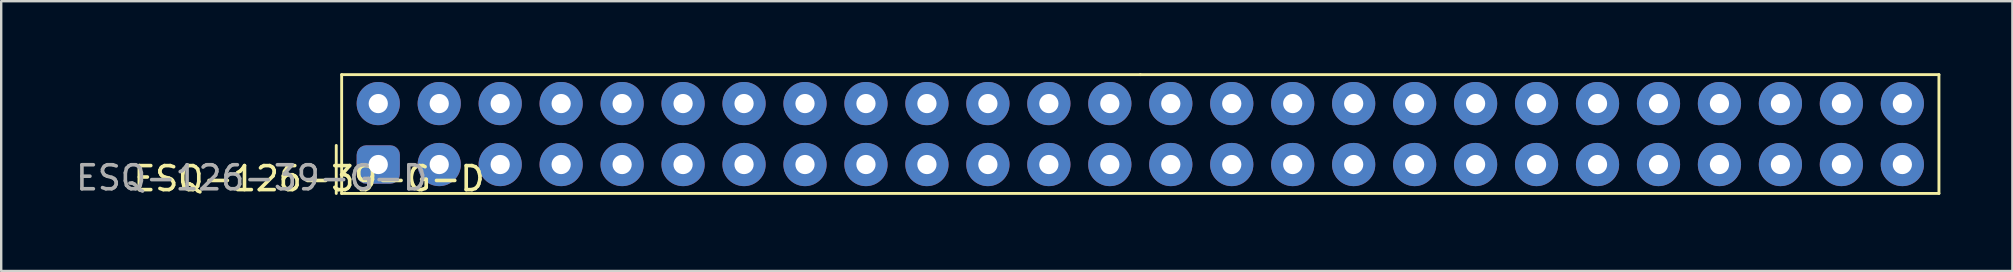
<source format=kicad_pcb>
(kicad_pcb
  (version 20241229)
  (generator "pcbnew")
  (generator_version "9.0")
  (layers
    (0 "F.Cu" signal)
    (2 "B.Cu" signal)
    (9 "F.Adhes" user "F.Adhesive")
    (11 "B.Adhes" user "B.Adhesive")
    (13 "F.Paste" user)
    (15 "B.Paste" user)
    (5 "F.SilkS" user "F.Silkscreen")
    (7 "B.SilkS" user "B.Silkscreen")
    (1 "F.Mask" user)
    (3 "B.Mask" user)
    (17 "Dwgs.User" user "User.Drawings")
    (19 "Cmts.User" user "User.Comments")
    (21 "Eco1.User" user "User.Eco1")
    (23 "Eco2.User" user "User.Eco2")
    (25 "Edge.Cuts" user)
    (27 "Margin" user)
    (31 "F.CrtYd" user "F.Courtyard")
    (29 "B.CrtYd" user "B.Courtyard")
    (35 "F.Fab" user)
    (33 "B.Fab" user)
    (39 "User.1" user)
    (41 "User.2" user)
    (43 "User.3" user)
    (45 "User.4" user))
  (footprint "ESQ-126-39-G-D"
    (layer "F.Cu")
    (at 44.46 2.535)
    (property "Reference" "ESQ-126-39-G-D" (at -34.633 1.859 0) (unlocked yes) (layer "F.SilkS") (effects (font (size 1 1) (thickness 0.15))))
    (attr through_hole)
    (fp_line (start -33.5 2.475) (end -33.5 0.475) (stroke (width 0.12) (type solid)) (layer "F.SilkS"))
    (fp_line (start -33.275 -2.475) (end 0 -2.475) (stroke (width 0.12) (type solid)) (layer "F.SilkS"))
    (fp_line (start -33.275 2.475) (end -33.275 -2.475) (stroke (width 0.12) (type solid)) (layer "F.SilkS"))
    (fp_line (start 0 -2.475) (end 33.275 -2.475) (stroke (width 0.12) (type solid)) (layer "F.SilkS"))
    (fp_line (start 33.275 -2.475) (end 33.275 2.475) (stroke (width 0.12) (type solid)) (layer "F.SilkS"))
    (fp_line (start 33.275 2.475) (end -33.275 2.475) (stroke (width 0.12) (type solid)) (layer "F.SilkS"))
    (fp_text user "${REFERENCE}" (at -37.025 1.825 0) (unlocked yes) (layer "F.Fab") (effects (font (size 1 1) (thickness 0.15))))
    (pad "1" thru_hole roundrect (at -31.75 1.27) (size 1.8 1.6) (drill 0.8) (layers "*.Cu" "*.Mask") (roundrect_rratio 0.25))
    (pad "2" thru_hole circle (at -31.75 -1.27) (size 1.8 1.8) (drill 0.8) (layers "*.Cu" "*.Mask"))
    (pad "3" thru_hole circle (at -29.21 1.27) (size 1.8 1.8) (drill 0.8) (layers "*.Cu" "*.Mask"))
    (pad "4" thru_hole circle (at -29.21 -1.27) (size 1.8 1.8) (drill 0.8) (layers "*.Cu" "*.Mask"))
    (pad "5" thru_hole circle (at -26.67 1.27) (size 1.8 1.8) (drill 0.8) (layers "*.Cu" "*.Mask"))
    (pad "6" thru_hole circle (at -26.67 -1.27) (size 1.8 1.8) (drill 0.8) (layers "*.Cu" "*.Mask"))
    (pad "7" thru_hole circle (at -24.13 1.27) (size 1.8 1.8) (drill 0.8) (layers "*.Cu" "*.Mask"))
    (pad "8" thru_hole circle (at -24.13 -1.27) (size 1.8 1.8) (drill 0.8) (layers "*.Cu" "*.Mask"))
    (pad "9" thru_hole circle (at -21.59 1.27) (size 1.8 1.8) (drill 0.8) (layers "*.Cu" "*.Mask"))
    (pad "10" thru_hole circle (at -21.59 -1.27) (size 1.8 1.8) (drill 0.8) (layers "*.Cu" "*.Mask"))
    (pad "11" thru_hole circle (at -19.05 1.27) (size 1.8 1.8) (drill 0.8) (layers "*.Cu" "*.Mask"))
    (pad "12" thru_hole circle (at -19.05 -1.27) (size 1.8 1.8) (drill 0.8) (layers "*.Cu" "*.Mask"))
    (pad "13" thru_hole circle (at -16.51 1.27) (size 1.8 1.8) (drill 0.8) (layers "*.Cu" "*.Mask"))
    (pad "14" thru_hole circle (at -16.51 -1.27) (size 1.8 1.8) (drill 0.8) (layers "*.Cu" "*.Mask"))
    (pad "15" thru_hole circle (at -13.97 1.27) (size 1.8 1.8) (drill 0.8) (layers "*.Cu" "*.Mask"))
    (pad "16" thru_hole circle (at -13.97 -1.27) (size 1.8 1.8) (drill 0.8) (layers "*.Cu" "*.Mask"))
    (pad "17" thru_hole circle (at -11.43 1.27) (size 1.8 1.8) (drill 0.8) (layers "*.Cu" "*.Mask"))
    (pad "18" thru_hole circle (at -11.43 -1.27) (size 1.8 1.8) (drill 0.8) (layers "*.Cu" "*.Mask"))
    (pad "19" thru_hole circle (at -8.89 1.27) (size 1.8 1.8) (drill 0.8) (layers "*.Cu" "*.Mask"))
    (pad "20" thru_hole circle (at -8.89 -1.27) (size 1.8 1.8) (drill 0.8) (layers "*.Cu" "*.Mask"))
    (pad "21" thru_hole circle (at -6.35 1.27) (size 1.8 1.8) (drill 0.8) (layers "*.Cu" "*.Mask"))
    (pad "22" thru_hole circle (at -6.35 -1.27) (size 1.8 1.8) (drill 0.8) (layers "*.Cu" "*.Mask"))
    (pad "23" thru_hole circle (at -3.81 1.27) (size 1.8 1.8) (drill 0.8) (layers "*.Cu" "*.Mask"))
    (pad "24" thru_hole circle (at -3.81 -1.27) (size 1.8 1.8) (drill 0.8) (layers "*.Cu" "*.Mask"))
    (pad "25" thru_hole circle (at -1.27 1.27) (size 1.8 1.8) (drill 0.8) (layers "*.Cu" "*.Mask"))
    (pad "26" thru_hole circle (at -1.27 -1.27) (size 1.8 1.8) (drill 0.8) (layers "*.Cu" "*.Mask"))
    (pad "27" thru_hole circle (at 1.27 1.27) (size 1.8 1.8) (drill 0.8) (layers "*.Cu" "*.Mask"))
    (pad "28" thru_hole circle (at 1.27 -1.27) (size 1.8 1.8) (drill 0.8) (layers "*.Cu" "*.Mask"))
    (pad "29" thru_hole circle (at 3.81 1.27) (size 1.8 1.8) (drill 0.8) (layers "*.Cu" "*.Mask"))
    (pad "30" thru_hole circle (at 3.81 -1.27) (size 1.8 1.8) (drill 0.8) (layers "*.Cu" "*.Mask"))
    (pad "31" thru_hole circle (at 6.35 1.27) (size 1.8 1.8) (drill 0.8) (layers "*.Cu" "*.Mask"))
    (pad "32" thru_hole circle (at 6.35 -1.27) (size 1.8 1.8) (drill 0.8) (layers "*.Cu" "*.Mask"))
    (pad "33" thru_hole circle (at 8.89 1.27) (size 1.8 1.8) (drill 0.8) (layers "*.Cu" "*.Mask"))
    (pad "34" thru_hole circle (at 8.89 -1.27) (size 1.8 1.8) (drill 0.8) (layers "*.Cu" "*.Mask"))
    (pad "35" thru_hole circle (at 11.43 1.27) (size 1.8 1.8) (drill 0.8) (layers "*.Cu" "*.Mask"))
    (pad "36" thru_hole circle (at 11.43 -1.27) (size 1.8 1.8) (drill 0.8) (layers "*.Cu" "*.Mask"))
    (pad "37" thru_hole circle (at 13.97 1.27) (size 1.8 1.8) (drill 0.8) (layers "*.Cu" "*.Mask"))
    (pad "38" thru_hole circle (at 13.97 -1.27) (size 1.8 1.8) (drill 0.8) (layers "*.Cu" "*.Mask"))
    (pad "39" thru_hole circle (at 16.51 1.27) (size 1.8 1.8) (drill 0.8) (layers "*.Cu" "*.Mask"))
    (pad "40" thru_hole circle (at 16.51 -1.27) (size 1.8 1.8) (drill 0.8) (layers "*.Cu" "*.Mask"))
    (pad "41" thru_hole circle (at 19.05 1.27) (size 1.8 1.8) (drill 0.8) (layers "*.Cu" "*.Mask"))
    (pad "42" thru_hole circle (at 19.05 -1.27) (size 1.8 1.8) (drill 0.8) (layers "*.Cu" "*.Mask"))
    (pad "43" thru_hole circle (at 21.59 1.27) (size 1.8 1.8) (drill 0.8) (layers "*.Cu" "*.Mask"))
    (pad "44" thru_hole circle (at 21.59 -1.27) (size 1.8 1.8) (drill 0.8) (layers "*.Cu" "*.Mask"))
    (pad "45" thru_hole circle (at 24.13 1.27) (size 1.8 1.8) (drill 0.8) (layers "*.Cu" "*.Mask"))
    (pad "46" thru_hole circle (at 24.13 -1.27) (size 1.8 1.8) (drill 0.8) (layers "*.Cu" "*.Mask"))
    (pad "47" thru_hole circle (at 26.67 1.27) (size 1.8 1.8) (drill 0.8) (layers "*.Cu" "*.Mask"))
    (pad "48" thru_hole circle (at 26.67 -1.27) (size 1.8 1.8) (drill 0.8) (layers "*.Cu" "*.Mask"))
    (pad "49" thru_hole circle (at 29.21 1.27) (size 1.8 1.8) (drill 0.8) (layers "*.Cu" "*.Mask"))
    (pad "50" thru_hole circle (at 29.21 -1.27) (size 1.8 1.8) (drill 0.8) (layers "*.Cu" "*.Mask"))
    (pad "51" thru_hole circle (at 31.75 1.27) (size 1.8 1.8) (drill 0.8) (layers "*.Cu" "*.Mask"))
    (pad "52" thru_hole circle (at 31.75 -1.27) (size 1.8 1.8) (drill 0.8) (layers "*.Cu" "*.Mask")))
  (gr_rect
    (start -3 -3)
    (end 80.795 8.242)
    (stroke (width 0.1) (type default))
    (fill no)
    (layer "Edge.Cuts")))
</source>
